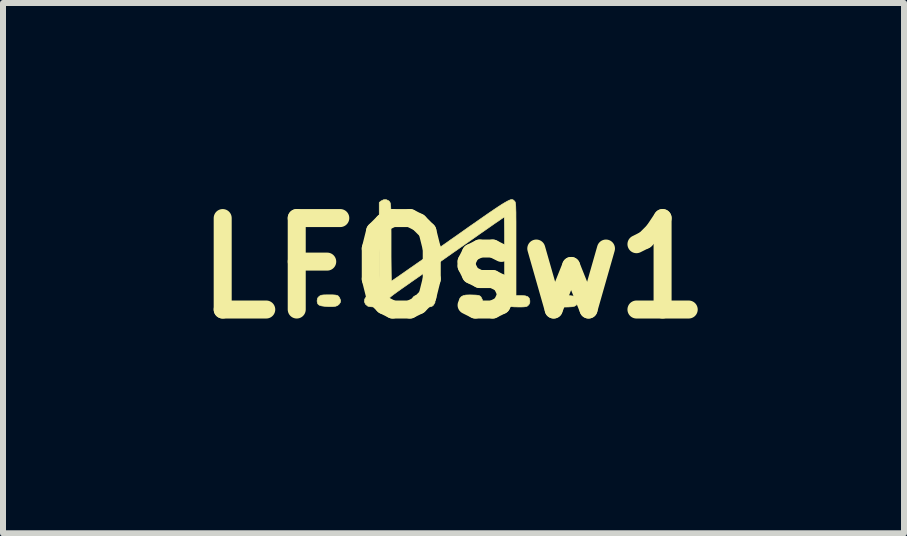
<source format=kicad_pcb>
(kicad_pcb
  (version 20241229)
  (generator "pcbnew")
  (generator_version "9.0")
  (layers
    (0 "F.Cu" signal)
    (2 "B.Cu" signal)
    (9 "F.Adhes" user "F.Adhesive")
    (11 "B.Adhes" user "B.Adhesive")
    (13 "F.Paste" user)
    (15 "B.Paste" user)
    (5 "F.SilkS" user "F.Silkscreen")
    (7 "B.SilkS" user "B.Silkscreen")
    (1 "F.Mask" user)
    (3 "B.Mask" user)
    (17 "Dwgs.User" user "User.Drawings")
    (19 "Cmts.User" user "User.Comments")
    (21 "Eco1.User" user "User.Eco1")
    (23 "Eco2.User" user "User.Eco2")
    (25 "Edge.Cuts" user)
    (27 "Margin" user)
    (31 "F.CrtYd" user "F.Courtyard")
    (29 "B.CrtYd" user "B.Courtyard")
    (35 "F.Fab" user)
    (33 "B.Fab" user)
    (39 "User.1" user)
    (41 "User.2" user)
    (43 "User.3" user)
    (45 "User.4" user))
  (footprint "LFOsw1"
    (layer "F.Cu")
    (at 4.507 1.418)
    (property "Reference" "LFOsw1" (at 0 0 0) (layer "F.SilkS") (effects (font (size 1.524 1.524) (thickness 0.3))))
    (attr through_hole)
    (fp_poly (pts (xy -0.48 0.447) (xy -0.421 0.449) (xy -0.382 0.453) (xy -0.357 0.459) (xy -0.341 0.468) (xy -0.329 0.481) (xy -0.308 0.525) (xy -0.309 0.572) (xy -0.334 0.615) (xy -0.336 0.617) (xy -0.352 0.631) (xy -0.37 0.64) (xy -0.396 0.645) (xy -0.435 0.647) (xy -0.492 0.647) (xy -0.568 0.645) (xy -0.621 0.638) (xy -0.651 0.628) (xy -0.683 0.598) (xy -0.697 0.558) (xy -0.693 0.516) (xy -0.67 0.48) (xy -0.646 0.463) (xy -0.619 0.453) (xy -0.584 0.447) (xy -0.534 0.445) (xy -0.48 0.447)) (stroke (width 0.01) (type solid)) (fill yes) (layer "F.SilkS"))
    (fp_poly (pts (xy -2.016 0.445) (xy -1.97 0.448) (xy -1.939 0.454) (xy -1.92 0.465) (xy -1.906 0.483) (xy -1.898 0.496) (xy -1.882 0.536) (xy -1.884 0.567) (xy -1.906 0.6) (xy -1.908 0.602) (xy -1.933 0.623) (xy -1.966 0.635) (xy -2.013 0.641) (xy -2.077 0.641) (xy -2.138 0.637) (xy -2.199 0.629) (xy -2.239 0.616) (xy -2.262 0.595) (xy -2.272 0.562) (xy -2.273 0.538) (xy -2.264 0.498) (xy -2.24 0.471) (xy -2.22 0.458) (xy -2.197 0.45) (xy -2.163 0.446) (xy -2.112 0.445) (xy -2.082 0.445) (xy -2.016 0.445)) (stroke (width 0.01) (type solid)) (fill yes) (layer "F.SilkS"))
    (fp_poly (pts (xy 0.315 0.447) (xy 0.372 0.449) (xy 0.41 0.453) (xy 0.433 0.46) (xy 0.449 0.471) (xy 0.458 0.481) (xy 0.48 0.524) (xy 0.481 0.569) (xy 0.462 0.609) (xy 0.449 0.621) (xy 0.43 0.634) (xy 0.407 0.641) (xy 0.374 0.646) (xy 0.325 0.647) (xy 0.286 0.648) (xy 0.226 0.647) (xy 0.185 0.645) (xy 0.158 0.639) (xy 0.14 0.63) (xy 0.13 0.622) (xy 0.1 0.581) (xy 0.093 0.537) (xy 0.107 0.501) (xy 0.13 0.475) (xy 0.162 0.458) (xy 0.206 0.448) (xy 0.269 0.446) (xy 0.315 0.447)) (stroke (width 0.01) (type solid)) (fill yes) (layer "F.SilkS"))
    (fp_poly (pts (xy 1.941 0.459) (xy 1.996 0.465) (xy 2.031 0.478) (xy 2.052 0.498) (xy 2.061 0.528) (xy 2.062 0.552) (xy 2.059 0.589) (xy 2.045 0.616) (xy 2.019 0.633) (xy 1.976 0.643) (xy 1.913 0.647) (xy 1.868 0.648) (xy 1.807 0.647) (xy 1.765 0.645) (xy 1.739 0.641) (xy 1.721 0.633) (xy 1.707 0.621) (xy 1.704 0.618) (xy 1.682 0.579) (xy 1.678 0.534) (xy 1.693 0.493) (xy 1.702 0.483) (xy 1.716 0.471) (xy 1.735 0.464) (xy 1.764 0.46) (xy 1.809 0.458) (xy 1.865 0.457) (xy 1.941 0.459)) (stroke (width 0.01) (type solid)) (fill yes) (layer "F.SilkS"))
    (fp_poly (pts (xy 0.981 -1.142) (xy 0.992 -1.138) (xy 1.002 -1.131) (xy 1.012 -1.121) (xy 1.015 -1.119) (xy 1.02 -1.113) (xy 1.025 -1.106) (xy 1.029 -1.096) (xy 1.032 -1.08) (xy 1.035 -1.058) (xy 1.037 -1.026) (xy 1.038 -0.984) (xy 1.04 -0.928) (xy 1.04 -0.858) (xy 1.041 -0.771) (xy 1.041 -0.665) (xy 1.041 -0.539) (xy 1.041 -0.39) (xy 1.041 -0.318) (xy 1.041 0.457) (xy 1.129 0.457) (xy 1.194 0.461) (xy 1.237 0.475) (xy 1.262 0.502) (xy 1.272 0.543) (xy 1.271 0.574) (xy 1.262 0.598) (xy 1.242 0.622) (xy 1.227 0.634) (xy 1.207 0.641) (xy 1.177 0.645) (xy 1.132 0.647) (xy 1.08 0.647) (xy 1.004 0.645) (xy 0.952 0.64) (xy 0.925 0.631) (xy 0.924 0.63) (xy 0.901 0.603) (xy 0.886 0.567) (xy 0.883 0.534) (xy 0.884 0.527) (xy 0.883 0.503) (xy 0.871 0.477) (xy 0.867 0.467) (xy 0.863 0.453) (xy 0.86 0.433) (xy 0.857 0.403) (xy 0.855 0.363) (xy 0.853 0.309) (xy 0.852 0.24) (xy 0.852 0.154) (xy 0.851 0.049) (xy 0.851 -0.078) (xy 0.851 -0.203) (xy 0.851 -0.328) (xy 0.85 -0.446) (xy 0.85 -0.553) (xy 0.849 -0.648) (xy 0.848 -0.727) (xy 0.847 -0.789) (xy 0.846 -0.83) (xy 0.844 -0.85) (xy 0.844 -0.851) (xy 0.833 -0.844) (xy 0.802 -0.823) (xy 0.755 -0.79) (xy 0.691 -0.747) (xy 0.614 -0.693) (xy 0.524 -0.63) (xy 0.423 -0.56) (xy 0.314 -0.483) (xy 0.197 -0.401) (xy 0.111 -0.341) (xy -0.018 -0.251) (xy -0.147 -0.16) (xy -0.273 -0.072) (xy -0.395 0.013) (xy -0.508 0.093) (xy -0.612 0.166) (xy -0.703 0.229) (xy -0.779 0.283) (xy -0.838 0.324) (xy -0.854 0.335) (xy -0.934 0.392) (xy -0.996 0.437) (xy -1.04 0.471) (xy -1.07 0.497) (xy -1.086 0.515) (xy -1.092 0.528) (xy -1.092 0.53) (xy -1.102 0.578) (xy -1.128 0.617) (xy -1.151 0.634) (xy -1.181 0.641) (xy -1.227 0.645) (xy -1.282 0.647) (xy -1.338 0.646) (xy -1.387 0.642) (xy -1.421 0.636) (xy -1.429 0.633) (xy -1.468 0.6) (xy -1.485 0.559) (xy -1.48 0.515) (xy -1.455 0.476) (xy -1.435 0.459) (xy -1.413 0.45) (xy -1.38 0.445) (xy -1.331 0.444) (xy -1.238 0.444) (xy -1.238 -1.094) (xy -1.208 -1.119) (xy -1.165 -1.14) (xy -1.12 -1.141) (xy -1.08 -1.122) (xy -1.068 -1.11) (xy -1.062 -1.101) (xy -1.057 -1.092) (xy -1.053 -1.079) (xy -1.05 -1.061) (xy -1.047 -1.034) (xy -1.045 -0.998) (xy -1.044 -0.949) (xy -1.043 -0.887) (xy -1.042 -0.807) (xy -1.042 -0.709) (xy -1.041 -0.591) (xy -1.041 -0.449) (xy -1.041 -0.43) (xy -1.041 -0.305) (xy -1.041 -0.187) (xy -1.04 -0.08) (xy -1.039 0.014) (xy -1.038 0.093) (xy -1.037 0.154) (xy -1.036 0.196) (xy -1.034 0.215) (xy -1.034 0.216) (xy -1.023 0.209) (xy -0.992 0.188) (xy -0.944 0.155) (xy -0.879 0.11) (xy -0.799 0.054) (xy -0.706 -0.011) (xy -0.601 -0.084) (xy -0.485 -0.165) (xy -0.361 -0.253) (xy -0.228 -0.346) (xy -0.089 -0.443) (xy -0.066 -0.46) (xy 0.103 -0.578) (xy 0.251 -0.683) (xy 0.382 -0.774) (xy 0.495 -0.853) (xy 0.593 -0.921) (xy 0.677 -0.978) (xy 0.747 -1.025) (xy 0.806 -1.063) (xy 0.854 -1.092) (xy 0.893 -1.114) (xy 0.923 -1.129) (xy 0.947 -1.139) (xy 0.966 -1.143) (xy 0.981 -1.142)) (stroke (width 0.01) (type solid)) (fill yes) (layer "F.SilkS")))
  (gr_rect
    (start -3 -3)
    (end 12.013 5.836)
    (stroke (width 0.1) (type default))
    (fill no)
    (layer "Edge.Cuts")))
</source>
